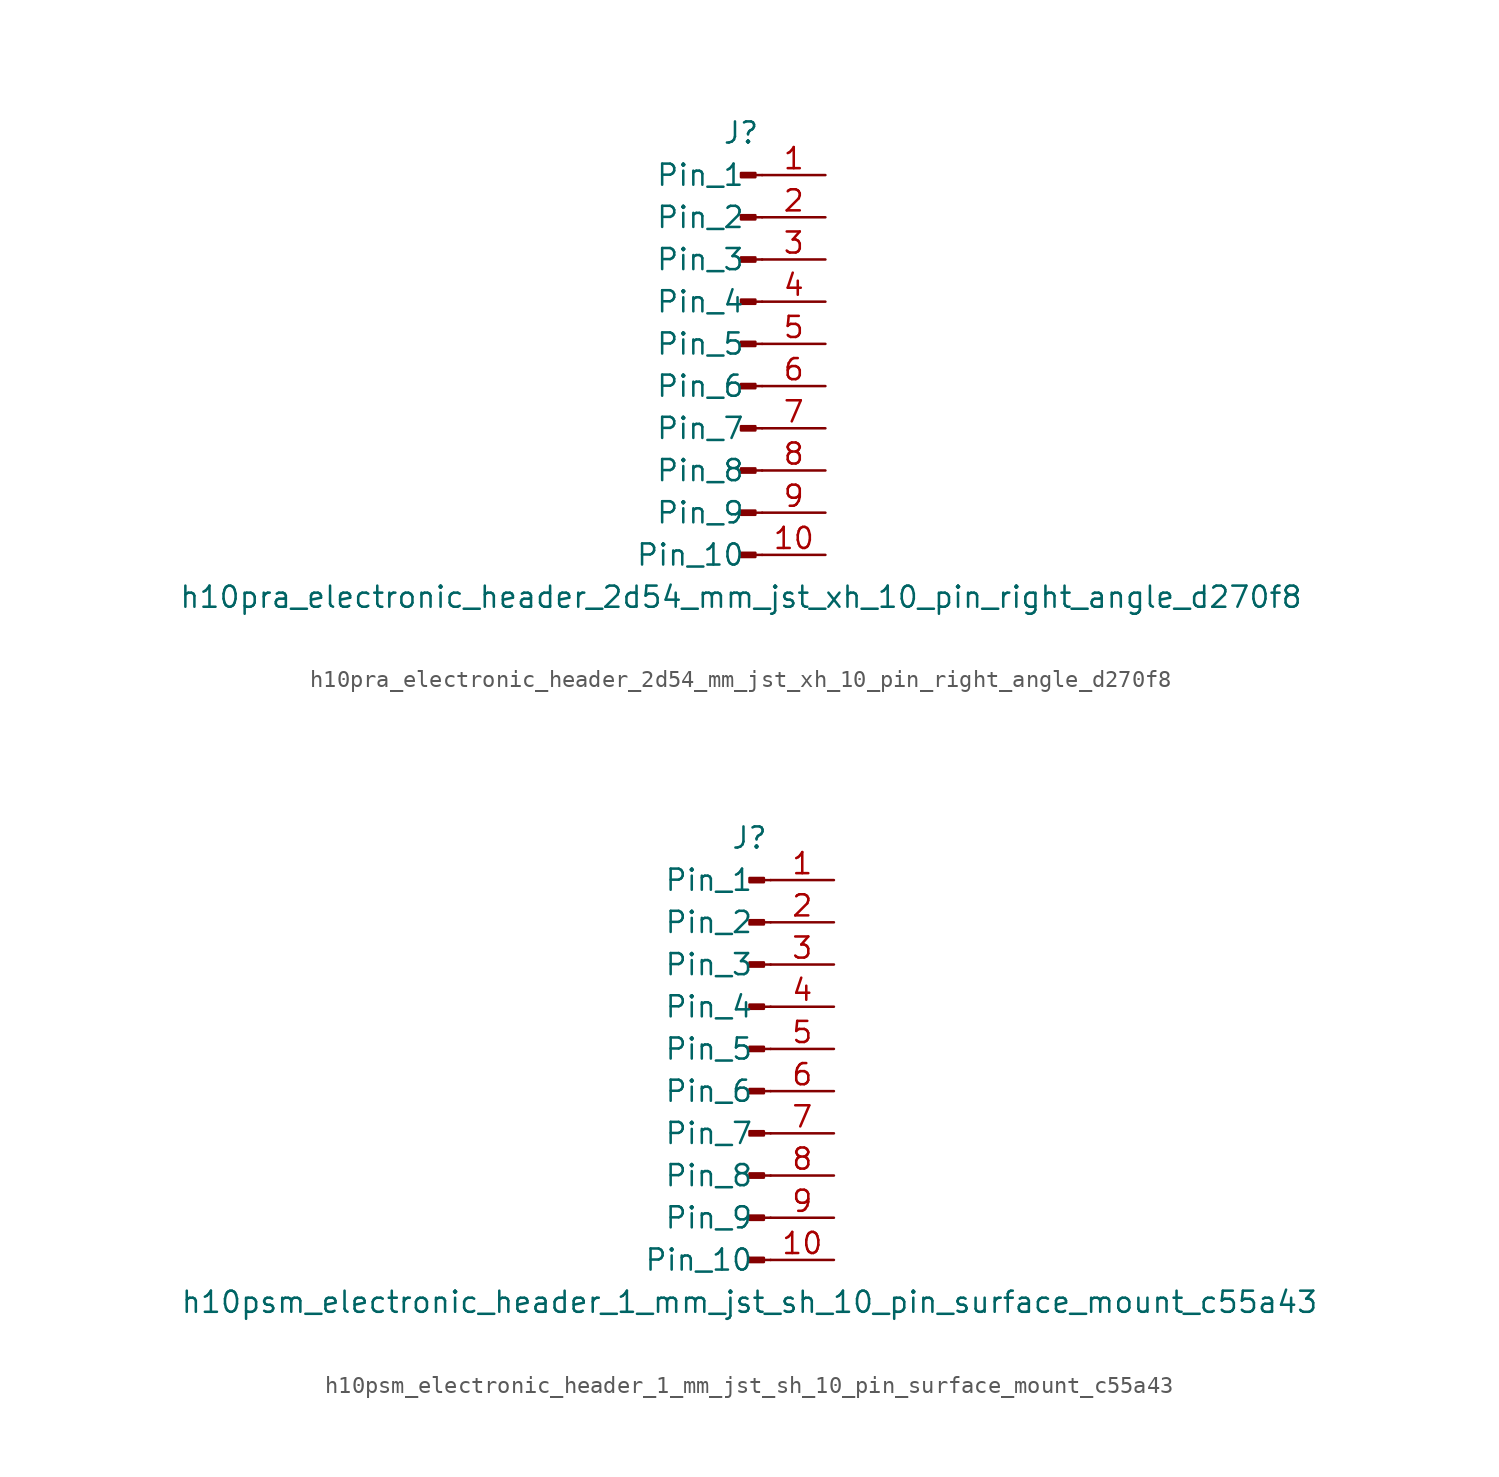
<source format=kicad_sym>
(kicad_symbol_lib
  (version 20220914)
  (generator kicad_symbol_editor)
  (symbol "h10pra_electronic_header_2d54_mm_jst_xh_10_pin_right_angle_d270f8"
    (pin_names
      (offset 1.016))
    (property "Reference" "J"
      (at 0 12.7 0)
      (effects (font (size 1.27 1.27))))
    (property "Value" "h10pra_electronic_header_2d54_mm_jst_xh_10_pin_right_angle_d270f8"
      (at 0 -15.24 0)
      (effects (font (size 1.27 1.27))))
    (property "ki_locked" ""
      (at 0 0 0)
      (effects (font (size 1.27 1.27))))
    (symbol "h10pra_electronic_header_2d54_mm_jst_xh_10_pin_right_angle_d270f8_1_1"
      (polyline (pts (xy 1.27 -12.7) (xy 0.864 -12.7)) (stroke (width 0.152) (type default)) (fill (type none)))
      (polyline (pts (xy 1.27 -10.16) (xy 0.864 -10.16)) (stroke (width 0.152) (type default)) (fill (type none)))
      (polyline (pts (xy 1.27 -7.62) (xy 0.864 -7.62)) (stroke (width 0.152) (type default)) (fill (type none)))
      (polyline (pts (xy 1.27 -5.08) (xy 0.864 -5.08)) (stroke (width 0.152) (type default)) (fill (type none)))
      (polyline (pts (xy 1.27 -2.54) (xy 0.864 -2.54)) (stroke (width 0.152) (type default)) (fill (type none)))
      (polyline (pts (xy 1.27 0) (xy 0.864 0)) (stroke (width 0.152) (type default)) (fill (type none)))
      (polyline (pts (xy 1.27 2.54) (xy 0.864 2.54)) (stroke (width 0.152) (type default)) (fill (type none)))
      (polyline (pts (xy 1.27 5.08) (xy 0.864 5.08)) (stroke (width 0.152) (type default)) (fill (type none)))
      (polyline (pts (xy 1.27 7.62) (xy 0.864 7.62)) (stroke (width 0.152) (type default)) (fill (type none)))
      (polyline (pts (xy 1.27 10.16) (xy 0.864 10.16)) (stroke (width 0.152) (type default)) (fill (type none)))
      (rectangle (start 0.864 -12.573) (end 0 -12.827) (stroke (width 0.152) (type default)) (fill (type outline)))
      (rectangle (start 0.864 -10.033) (end 0 -10.287) (stroke (width 0.152) (type default)) (fill (type outline)))
      (rectangle (start 0.864 -7.493) (end 0 -7.747) (stroke (width 0.152) (type default)) (fill (type outline)))
      (rectangle (start 0.864 -4.953) (end 0 -5.207) (stroke (width 0.152) (type default)) (fill (type outline)))
      (rectangle (start 0.864 -2.413) (end 0 -2.667) (stroke (width 0.152) (type default)) (fill (type outline)))
      (rectangle (start 0.864 0.127) (end 0 -0.127) (stroke (width 0.152) (type default)) (fill (type outline)))
      (rectangle (start 0.864 2.667) (end 0 2.413) (stroke (width 0.152) (type default)) (fill (type outline)))
      (rectangle (start 0.864 5.207) (end 0 4.953) (stroke (width 0.152) (type default)) (fill (type outline)))
      (rectangle (start 0.864 7.747) (end 0 7.493) (stroke (width 0.152) (type default)) (fill (type outline)))
      (rectangle (start 0.864 10.287) (end 0 10.033) (stroke (width 0.152) (type default)) (fill (type outline)))
      (pin passive line (at 5.08 10.16 180) (length 3.81) (name "Pin_1" (effects (font (size 1.27 1.27)))) (number "1" (effects (font (size 1.27 1.27)))))
      (pin passive line (at 5.08 -12.7 180) (length 3.81) (name "Pin_10" (effects (font (size 1.27 1.27)))) (number "10" (effects (font (size 1.27 1.27)))))
      (pin passive line (at 5.08 7.62 180) (length 3.81) (name "Pin_2" (effects (font (size 1.27 1.27)))) (number "2" (effects (font (size 1.27 1.27)))))
      (pin passive line (at 5.08 5.08 180) (length 3.81) (name "Pin_3" (effects (font (size 1.27 1.27)))) (number "3" (effects (font (size 1.27 1.27)))))
      (pin passive line (at 5.08 2.54 180) (length 3.81) (name "Pin_4" (effects (font (size 1.27 1.27)))) (number "4" (effects (font (size 1.27 1.27)))))
      (pin passive line (at 5.08 0 180) (length 3.81) (name "Pin_5" (effects (font (size 1.27 1.27)))) (number "5" (effects (font (size 1.27 1.27)))))
      (pin passive line (at 5.08 -2.54 180) (length 3.81) (name "Pin_6" (effects (font (size 1.27 1.27)))) (number "6" (effects (font (size 1.27 1.27)))))
      (pin passive line (at 5.08 -5.08 180) (length 3.81) (name "Pin_7" (effects (font (size 1.27 1.27)))) (number "7" (effects (font (size 1.27 1.27)))))
      (pin passive line (at 5.08 -7.62 180) (length 3.81) (name "Pin_8" (effects (font (size 1.27 1.27)))) (number "8" (effects (font (size 1.27 1.27)))))
      (pin passive line (at 5.08 -10.16 180) (length 3.81) (name "Pin_9" (effects (font (size 1.27 1.27)))) (number "9" (effects (font (size 1.27 1.27)))))))
  (symbol "h10psm_electronic_header_1_mm_jst_sh_10_pin_surface_mount_c55a43"
    (pin_names
      (offset 1.016))
    (property "Reference" "J"
      (at 0 12.7 0)
      (effects (font (size 1.27 1.27))))
    (property "Value" "h10psm_electronic_header_1_mm_jst_sh_10_pin_surface_mount_c55a43"
      (at 0 -15.24 0)
      (effects (font (size 1.27 1.27))))
    (property "ki_locked" ""
      (at 0 0 0)
      (effects (font (size 1.27 1.27))))
    (symbol "h10psm_electronic_header_1_mm_jst_sh_10_pin_surface_mount_c55a43_1_1"
      (polyline (pts (xy 1.27 -12.7) (xy 0.864 -12.7)) (stroke (width 0.152) (type default)) (fill (type none)))
      (polyline (pts (xy 1.27 -10.16) (xy 0.864 -10.16)) (stroke (width 0.152) (type default)) (fill (type none)))
      (polyline (pts (xy 1.27 -7.62) (xy 0.864 -7.62)) (stroke (width 0.152) (type default)) (fill (type none)))
      (polyline (pts (xy 1.27 -5.08) (xy 0.864 -5.08)) (stroke (width 0.152) (type default)) (fill (type none)))
      (polyline (pts (xy 1.27 -2.54) (xy 0.864 -2.54)) (stroke (width 0.152) (type default)) (fill (type none)))
      (polyline (pts (xy 1.27 0) (xy 0.864 0)) (stroke (width 0.152) (type default)) (fill (type none)))
      (polyline (pts (xy 1.27 2.54) (xy 0.864 2.54)) (stroke (width 0.152) (type default)) (fill (type none)))
      (polyline (pts (xy 1.27 5.08) (xy 0.864 5.08)) (stroke (width 0.152) (type default)) (fill (type none)))
      (polyline (pts (xy 1.27 7.62) (xy 0.864 7.62)) (stroke (width 0.152) (type default)) (fill (type none)))
      (polyline (pts (xy 1.27 10.16) (xy 0.864 10.16)) (stroke (width 0.152) (type default)) (fill (type none)))
      (rectangle (start 0.864 -12.573) (end 0 -12.827) (stroke (width 0.152) (type default)) (fill (type outline)))
      (rectangle (start 0.864 -10.033) (end 0 -10.287) (stroke (width 0.152) (type default)) (fill (type outline)))
      (rectangle (start 0.864 -7.493) (end 0 -7.747) (stroke (width 0.152) (type default)) (fill (type outline)))
      (rectangle (start 0.864 -4.953) (end 0 -5.207) (stroke (width 0.152) (type default)) (fill (type outline)))
      (rectangle (start 0.864 -2.413) (end 0 -2.667) (stroke (width 0.152) (type default)) (fill (type outline)))
      (rectangle (start 0.864 0.127) (end 0 -0.127) (stroke (width 0.152) (type default)) (fill (type outline)))
      (rectangle (start 0.864 2.667) (end 0 2.413) (stroke (width 0.152) (type default)) (fill (type outline)))
      (rectangle (start 0.864 5.207) (end 0 4.953) (stroke (width 0.152) (type default)) (fill (type outline)))
      (rectangle (start 0.864 7.747) (end 0 7.493) (stroke (width 0.152) (type default)) (fill (type outline)))
      (rectangle (start 0.864 10.287) (end 0 10.033) (stroke (width 0.152) (type default)) (fill (type outline)))
      (pin passive line (at 5.08 10.16 180) (length 3.81) (name "Pin_1" (effects (font (size 1.27 1.27)))) (number "1" (effects (font (size 1.27 1.27)))))
      (pin passive line (at 5.08 -12.7 180) (length 3.81) (name "Pin_10" (effects (font (size 1.27 1.27)))) (number "10" (effects (font (size 1.27 1.27)))))
      (pin passive line (at 5.08 7.62 180) (length 3.81) (name "Pin_2" (effects (font (size 1.27 1.27)))) (number "2" (effects (font (size 1.27 1.27)))))
      (pin passive line (at 5.08 5.08 180) (length 3.81) (name "Pin_3" (effects (font (size 1.27 1.27)))) (number "3" (effects (font (size 1.27 1.27)))))
      (pin passive line (at 5.08 2.54 180) (length 3.81) (name "Pin_4" (effects (font (size 1.27 1.27)))) (number "4" (effects (font (size 1.27 1.27)))))
      (pin passive line (at 5.08 0 180) (length 3.81) (name "Pin_5" (effects (font (size 1.27 1.27)))) (number "5" (effects (font (size 1.27 1.27)))))
      (pin passive line (at 5.08 -2.54 180) (length 3.81) (name "Pin_6" (effects (font (size 1.27 1.27)))) (number "6" (effects (font (size 1.27 1.27)))))
      (pin passive line (at 5.08 -5.08 180) (length 3.81) (name "Pin_7" (effects (font (size 1.27 1.27)))) (number "7" (effects (font (size 1.27 1.27)))))
      (pin passive line (at 5.08 -7.62 180) (length 3.81) (name "Pin_8" (effects (font (size 1.27 1.27)))) (number "8" (effects (font (size 1.27 1.27)))))
      (pin passive line (at 5.08 -10.16 180) (length 3.81) (name "Pin_9" (effects (font (size 1.27 1.27)))) (number "9" (effects (font (size 1.27 1.27))))))))
</source>
